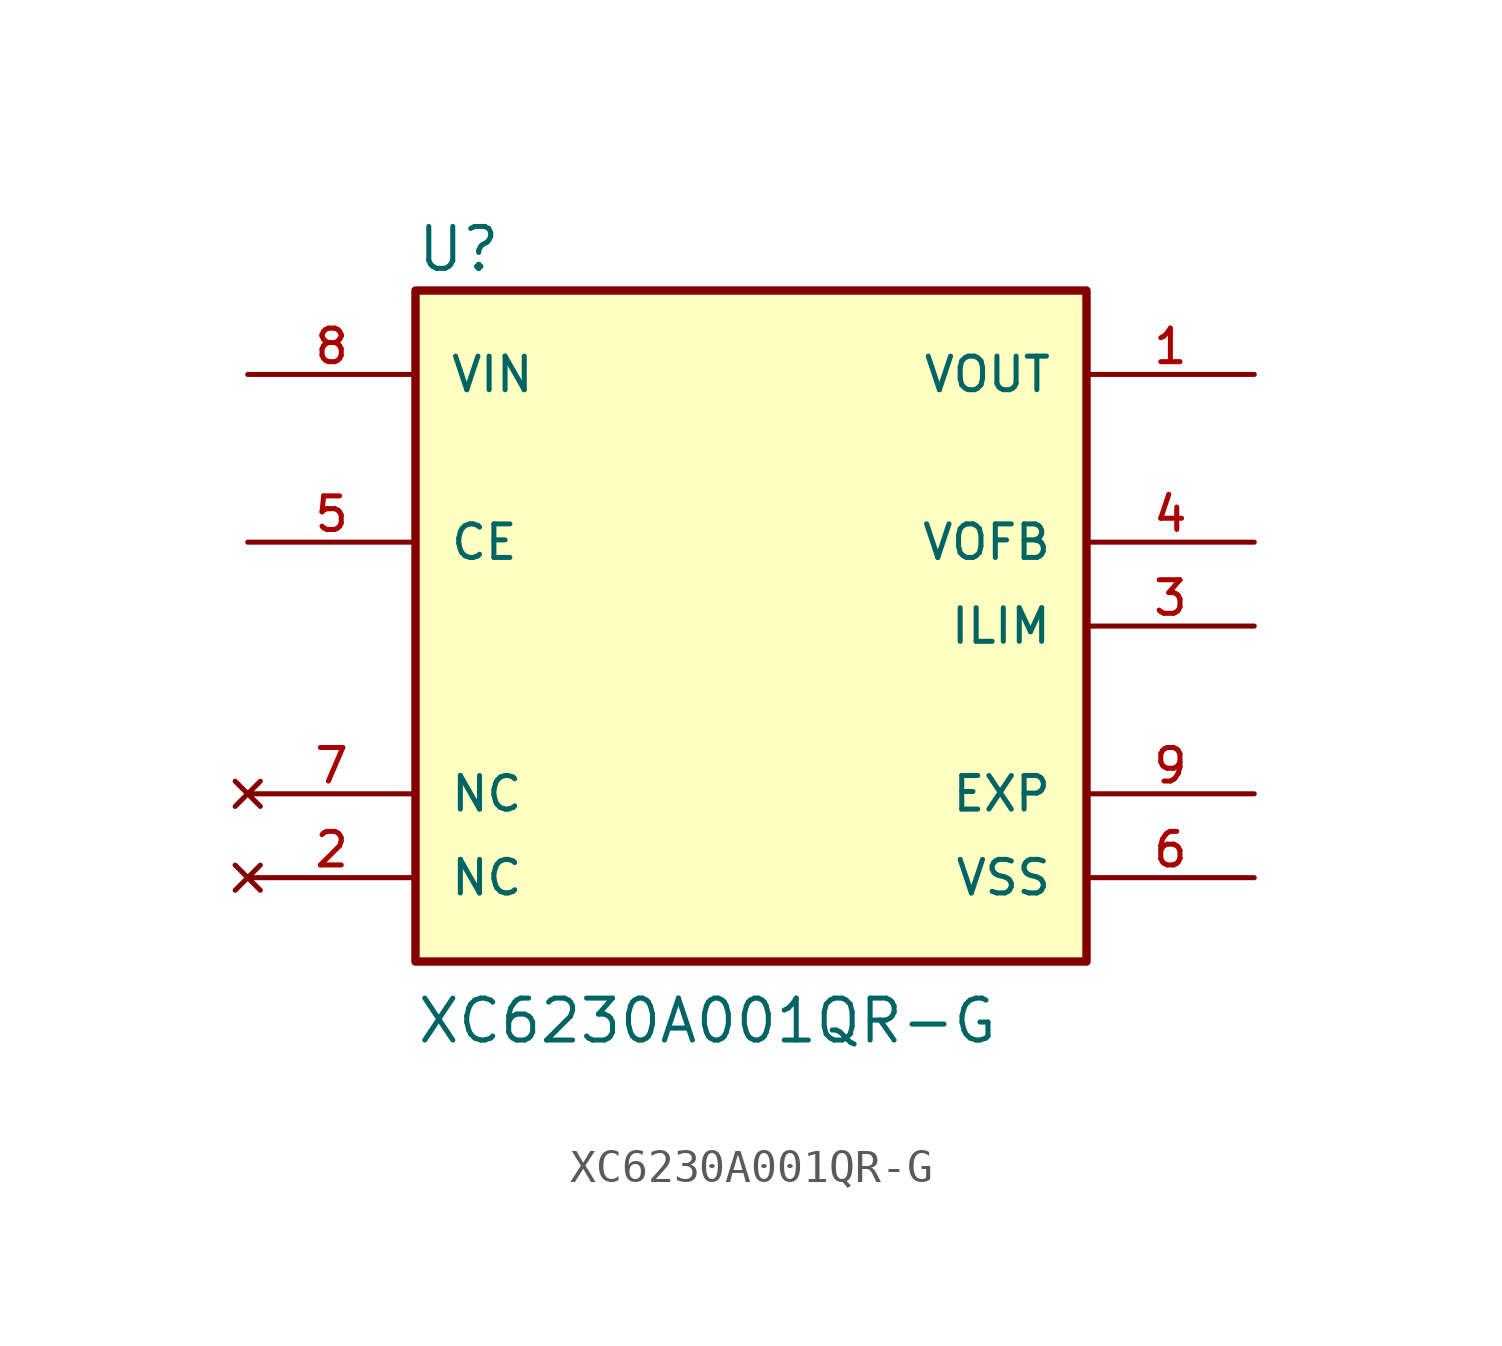
<source format=kicad_sym>
(kicad_symbol_lib
  (version 20211014)
  (generator kicad_symbol_editor)
  (symbol "XC6230A001QR-G"
    (pin_names
      (offset 1.016))
    (property "Reference" "U"
      (at -10.16 10.668 0)
      (effects (font (size 1.27 1.27)) (justify left bottom)))
    (property "Value" "XC6230A001QR-G"
      (at -10.16 -12.7 0)
      (effects (font (size 1.27 1.27)) (justify left bottom)))
    (property "ki_locked" ""
      (at 0 0 0)
      (effects (font (size 1.27 1.27))))
    (symbol "XC6230A001QR-G_0_0"
      (rectangle (start -10.16 -10.16) (end 10.16 10.16) (stroke (width 0.254) (type default) (color 0 0 0 0)) (fill (type background)))
      (pin output line (at 15.24 7.62 180) (length 5.08) (name "VOUT" (effects (font (size 1.016 1.016)))) (number "1" (effects (font (size 1.016 1.016)))))
      (pin no_connect line (at -15.24 -7.62 0) (length 5.08) (name "NC" (effects (font (size 1.016 1.016)))) (number "2" (effects (font (size 1.016 1.016)))))
      (pin passive line (at 15.24 0 180) (length 5.08) (name "ILIM" (effects (font (size 1.016 1.016)))) (number "3" (effects (font (size 1.016 1.016)))))
      (pin passive line (at 15.24 2.54 180) (length 5.08) (name "VOFB" (effects (font (size 1.016 1.016)))) (number "4" (effects (font (size 1.016 1.016)))))
      (pin input line (at -15.24 2.54 0) (length 5.08) (name "CE" (effects (font (size 1.016 1.016)))) (number "5" (effects (font (size 1.016 1.016)))))
      (pin power_in line (at 15.24 -7.62 180) (length 5.08) (name "VSS" (effects (font (size 1.016 1.016)))) (number "6" (effects (font (size 1.016 1.016)))))
      (pin no_connect line (at -15.24 -5.08 0) (length 5.08) (name "NC" (effects (font (size 1.016 1.016)))) (number "7" (effects (font (size 1.016 1.016)))))
      (pin input line (at -15.24 7.62 0) (length 5.08) (name "VIN" (effects (font (size 1.016 1.016)))) (number "8" (effects (font (size 1.016 1.016)))))
      (pin power_in line (at 15.24 -5.08 180) (length 5.08) (name "EXP" (effects (font (size 1.016 1.016)))) (number "9" (effects (font (size 1.016 1.016))))))))
</source>
